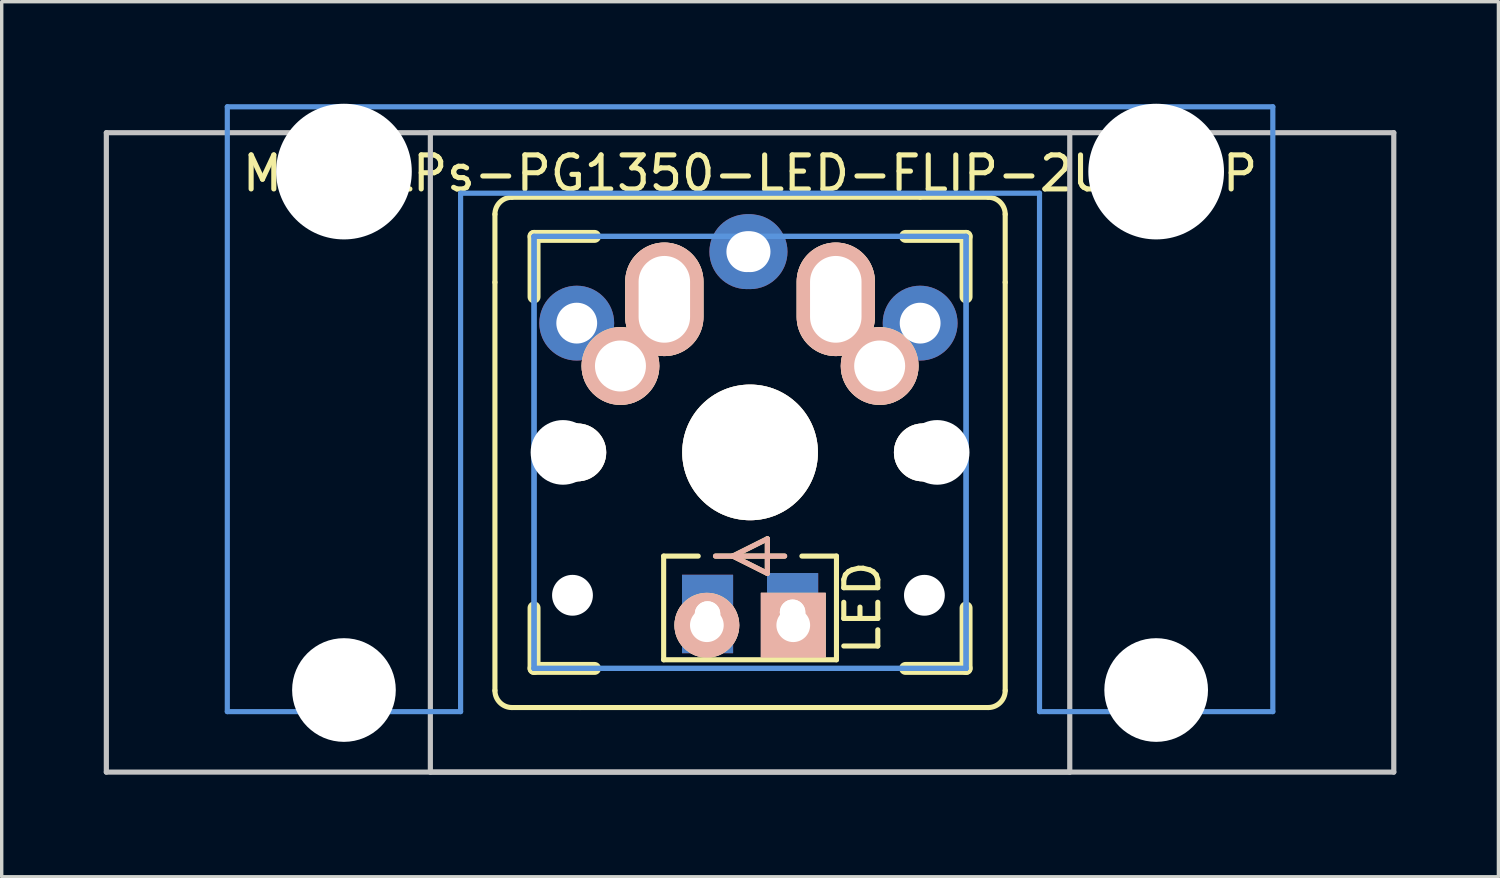
<source format=kicad_pcb>
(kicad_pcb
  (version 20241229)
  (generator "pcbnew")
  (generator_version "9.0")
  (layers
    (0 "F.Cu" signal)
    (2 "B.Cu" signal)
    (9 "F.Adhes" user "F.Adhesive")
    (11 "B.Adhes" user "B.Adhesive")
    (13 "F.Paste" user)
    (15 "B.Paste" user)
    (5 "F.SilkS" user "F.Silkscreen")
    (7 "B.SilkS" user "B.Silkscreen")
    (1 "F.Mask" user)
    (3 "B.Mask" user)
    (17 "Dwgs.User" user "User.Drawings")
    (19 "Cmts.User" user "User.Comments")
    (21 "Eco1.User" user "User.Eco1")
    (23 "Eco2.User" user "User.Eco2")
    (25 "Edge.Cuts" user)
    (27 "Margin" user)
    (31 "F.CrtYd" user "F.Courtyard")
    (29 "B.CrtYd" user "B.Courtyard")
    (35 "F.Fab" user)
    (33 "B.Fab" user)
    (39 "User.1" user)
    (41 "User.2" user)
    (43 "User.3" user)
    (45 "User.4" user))
  (footprint "MX-ALPs-PG1350-LED-FLIP-2U-FLIP"
    (layer "F.Cu")
    (at 18.999 10.249)
    (property "Reference" "MX-ALPs-PG1350-LED-FLIP-2U-FLIP" (at 0 -8.2 0) (layer "F.SilkS") (effects (font (size 1 1) (thickness 0.15))))
    (attr through_hole)
    (fp_line (start -7.5 -7) (end -7.5 -5) (stroke (width 0.15) (type solid)) (layer "F.SilkS"))
    (fp_line (start -7.5 7) (end -7.5 -5) (stroke (width 0.15) (type solid)) (layer "F.SilkS"))
    (fp_line (start -7 -7.5) (end 5 -7.5) (stroke (width 0.15) (type solid)) (layer "F.SilkS"))
    (fp_line (start -7 7.5) (end -5 7.5) (stroke (width 0.15) (type solid)) (layer "F.SilkS"))
    (fp_line (start -6.35 -6.35) (end -4.572 -6.35) (stroke (width 0.381) (type solid)) (layer "F.SilkS"))
    (fp_line (start -6.35 -4.572) (end -6.35 -6.35) (stroke (width 0.381) (type solid)) (layer "F.SilkS"))
    (fp_line (start -6.35 6.35) (end -6.35 4.572) (stroke (width 0.381) (type solid)) (layer "F.SilkS"))
    (fp_line (start -4.572 6.35) (end -6.35 6.35) (stroke (width 0.381) (type solid)) (layer "F.SilkS"))
    (fp_line (start -2.54 3.048) (end -2.54 6.096) (stroke (width 0.15) (type solid)) (layer "F.SilkS"))
    (fp_line (start -2.54 3.048) (end -1.524 3.048) (stroke (width 0.15) (type solid)) (layer "F.SilkS"))
    (fp_line (start -2.54 6.096) (end 2.54 6.096) (stroke (width 0.15) (type solid)) (layer "F.SilkS"))
    (fp_line (start -1.016 3.048) (end 1.016 3.048) (stroke (width 0.15) (type solid)) (layer "F.SilkS"))
    (fp_line (start -0.508 3.048) (end 0.508 2.54) (stroke (width 0.15) (type solid)) (layer "F.SilkS"))
    (fp_line (start 0.508 2.54) (end 0.508 3.556) (stroke (width 0.15) (type solid)) (layer "F.SilkS"))
    (fp_line (start 0.508 3.556) (end -0.508 3.048) (stroke (width 0.15) (type solid)) (layer "F.SilkS"))
    (fp_line (start 1.524 3.048) (end 2.54 3.048) (stroke (width 0.15) (type solid)) (layer "F.SilkS"))
    (fp_line (start 2.54 3.048) (end 2.54 6.096) (stroke (width 0.15) (type solid)) (layer "F.SilkS"))
    (fp_line (start 4.572 -6.35) (end 6.35 -6.35) (stroke (width 0.381) (type solid)) (layer "F.SilkS"))
    (fp_line (start 6.35 -6.35) (end 6.35 -4.572) (stroke (width 0.381) (type solid)) (layer "F.SilkS"))
    (fp_line (start 6.35 4.572) (end 6.35 6.35) (stroke (width 0.381) (type solid)) (layer "F.SilkS"))
    (fp_line (start 6.35 6.35) (end 4.572 6.35) (stroke (width 0.381) (type solid)) (layer "F.SilkS"))
    (fp_line (start 7 -7.5) (end 5 -7.5) (stroke (width 0.15) (type solid)) (layer "F.SilkS"))
    (fp_line (start 7 7.5) (end -5 7.5) (stroke (width 0.15) (type solid)) (layer "F.SilkS"))
    (fp_line (start 7.5 -7) (end 7.5 -5) (stroke (width 0.15) (type solid)) (layer "F.SilkS"))
    (fp_line (start 7.5 7) (end 7.5 -5) (stroke (width 0.15) (type solid)) (layer "F.SilkS"))
    (fp_arc (start -7.5 -7) (mid -7.353553 -7.353553) (end -7 -7.5) (stroke (width 0.15) (type solid)) (layer "F.SilkS"))
    (fp_arc (start -7 7.5) (mid -7.353553 7.353553) (end -7.5 7) (stroke (width 0.15) (type solid)) (layer "F.SilkS"))
    (fp_arc (start 7 -7.5) (mid 7.353553 -7.353553) (end 7.5 -7) (stroke (width 0.15) (type solid)) (layer "F.SilkS"))
    (fp_arc (start 7.5 7) (mid 7.353553 7.353553) (end 7 7.5) (stroke (width 0.15) (type solid)) (layer "F.SilkS"))
    (fp_line (start -1.016 3.048) (end 1.016 3.048) (stroke (width 0.15) (type solid)) (layer "B.SilkS"))
    (fp_line (start -0.508 3.048) (end 0.508 2.54) (stroke (width 0.15) (type solid)) (layer "B.SilkS"))
    (fp_line (start 0.508 2.54) (end 0.508 3.556) (stroke (width 0.15) (type solid)) (layer "B.SilkS"))
    (fp_line (start 0.508 3.556) (end -0.508 3.048) (stroke (width 0.15) (type solid)) (layer "B.SilkS"))
    (fp_line (start -18.923 -9.398) (end 18.923 -9.398) (stroke (width 0.152) (type solid)) (layer "Dwgs.User"))
    (fp_line (start -18.923 9.398) (end -18.923 -9.398) (stroke (width 0.152) (type solid)) (layer "Dwgs.User"))
    (fp_line (start -9.398 -9.398) (end 9.398 -9.398) (stroke (width 0.152) (type solid)) (layer "Dwgs.User"))
    (fp_line (start -9.398 9.398) (end -9.398 -9.398) (stroke (width 0.152) (type solid)) (layer "Dwgs.User"))
    (fp_line (start 9.398 -9.398) (end 9.398 9.398) (stroke (width 0.152) (type solid)) (layer "Dwgs.User"))
    (fp_line (start 9.398 9.398) (end -9.398 9.398) (stroke (width 0.152) (type solid)) (layer "Dwgs.User"))
    (fp_line (start 18.923 -9.398) (end 18.923 9.398) (stroke (width 0.152) (type solid)) (layer "Dwgs.User"))
    (fp_line (start 18.923 9.398) (end -18.923 9.398) (stroke (width 0.152) (type solid)) (layer "Dwgs.User"))
    (fp_line (start -15.367 -10.16) (end -15.367 7.62) (stroke (width 0.152) (type solid)) (layer "Cmts.User"))
    (fp_line (start -15.367 7.62) (end -8.509 7.62) (stroke (width 0.152) (type solid)) (layer "Cmts.User"))
    (fp_line (start -8.509 -7.62) (end 8.509 -7.62) (stroke (width 0.152) (type solid)) (layer "Cmts.User"))
    (fp_line (start -8.509 7.62) (end -8.509 -7.62) (stroke (width 0.152) (type solid)) (layer "Cmts.User"))
    (fp_line (start -6.35 -6.35) (end 6.35 -6.35) (stroke (width 0.152) (type solid)) (layer "Cmts.User"))
    (fp_line (start -6.35 -6.35) (end 6.35 -6.35) (stroke (width 0.152) (type solid)) (layer "Cmts.User"))
    (fp_line (start -6.35 6.35) (end -6.35 -6.35) (stroke (width 0.152) (type solid)) (layer "Cmts.User"))
    (fp_line (start -6.35 6.35) (end -6.35 -6.35) (stroke (width 0.152) (type solid)) (layer "Cmts.User"))
    (fp_line (start 6.35 -6.35) (end 6.35 6.35) (stroke (width 0.152) (type solid)) (layer "Cmts.User"))
    (fp_line (start 6.35 -6.35) (end 6.35 6.35) (stroke (width 0.152) (type solid)) (layer "Cmts.User"))
    (fp_line (start 6.35 6.35) (end -6.35 6.35) (stroke (width 0.152) (type solid)) (layer "Cmts.User"))
    (fp_line (start 6.35 6.35) (end -6.35 6.35) (stroke (width 0.152) (type solid)) (layer "Cmts.User"))
    (fp_line (start 8.509 -7.62) (end 8.509 7.62) (stroke (width 0.152) (type solid)) (layer "Cmts.User"))
    (fp_line (start 8.509 7.62) (end 15.367 7.62) (stroke (width 0.152) (type solid)) (layer "Cmts.User"))
    (fp_line (start 15.367 -10.16) (end -15.367 -10.16) (stroke (width 0.152) (type solid)) (layer "Cmts.User"))
    (fp_line (start 15.367 7.62) (end 15.367 -10.16) (stroke (width 0.152) (type solid)) (layer "Cmts.User"))
    (fp_line (start -16.129 -0.508) (end -15.265 -0.508) (stroke (width 0.152) (type solid)) (layer "Eco2.User"))
    (fp_line (start -16.129 2.286) (end -16.129 -0.508) (stroke (width 0.152) (type solid)) (layer "Eco2.User"))
    (fp_line (start -15.265 -6.604) (end -14.224 -6.604) (stroke (width 0.152) (type solid)) (layer "Eco2.User"))
    (fp_line (start -15.265 -0.508) (end -15.265 -6.604) (stroke (width 0.152) (type solid)) (layer "Eco2.User"))
    (fp_line (start -15.265 2.286) (end -16.129 2.286) (stroke (width 0.152) (type solid)) (layer "Eco2.User"))
    (fp_line (start -15.265 5.69) (end -15.265 2.286) (stroke (width 0.152) (type solid)) (layer "Eco2.User"))
    (fp_line (start -14.224 -7.772) (end -9.652 -7.772) (stroke (width 0.152) (type solid)) (layer "Eco2.User"))
    (fp_line (start -14.224 -6.604) (end -14.224 -7.772) (stroke (width 0.152) (type solid)) (layer "Eco2.User"))
    (fp_line (start -9.652 -7.772) (end -9.652 -6.604) (stroke (width 0.152) (type solid)) (layer "Eco2.User"))
    (fp_line (start -9.652 -6.604) (end -8.611 -6.604) (stroke (width 0.152) (type solid)) (layer "Eco2.User"))
    (fp_line (start -8.611 -6.604) (end -8.611 -5.817) (stroke (width 0.152) (type solid)) (layer "Eco2.User"))
    (fp_line (start -8.611 -5.817) (end -6.985 -5.817) (stroke (width 0.152) (type solid)) (layer "Eco2.User"))
    (fp_line (start -8.611 4.877) (end -8.611 5.69) (stroke (width 0.152) (type solid)) (layer "Eco2.User"))
    (fp_line (start -8.611 5.69) (end -15.265 5.69) (stroke (width 0.152) (type solid)) (layer "Eco2.User"))
    (fp_line (start -7.798 -6.005) (end -6.985 -6.005) (stroke (width 0.152) (type solid)) (layer "Eco2.User"))
    (fp_line (start -7.798 -2.504) (end -7.798 -6.005) (stroke (width 0.152) (type solid)) (layer "Eco2.User"))
    (fp_line (start -7.798 2.504) (end -6.985 2.504) (stroke (width 0.152) (type solid)) (layer "Eco2.User"))
    (fp_line (start -7.798 6.005) (end -7.798 2.504) (stroke (width 0.152) (type solid)) (layer "Eco2.User"))
    (fp_line (start -6.985 -6.985) (end 6.985 -6.985) (stroke (width 0.152) (type solid)) (layer "Eco2.User"))
    (fp_line (start -6.985 -6.985) (end 6.985 -6.985) (stroke (width 0.152) (type solid)) (layer "Eco2.User"))
    (fp_line (start -6.985 -6.005) (end -6.985 -6.985) (stroke (width 0.152) (type solid)) (layer "Eco2.User"))
    (fp_line (start -6.985 -5.817) (end -6.985 -6.985) (stroke (width 0.152) (type solid)) (layer "Eco2.User"))
    (fp_line (start -6.985 -2.504) (end -7.798 -2.504) (stroke (width 0.152) (type solid)) (layer "Eco2.User"))
    (fp_line (start -6.985 2.504) (end -6.985 -2.504) (stroke (width 0.152) (type solid)) (layer "Eco2.User"))
    (fp_line (start -6.985 4.877) (end -8.611 4.877) (stroke (width 0.152) (type solid)) (layer "Eco2.User"))
    (fp_line (start -6.985 6.005) (end -7.798 6.005) (stroke (width 0.152) (type solid)) (layer "Eco2.User"))
    (fp_line (start -6.985 6.985) (end -6.985 4.877) (stroke (width 0.152) (type solid)) (layer "Eco2.User"))
    (fp_line (start -6.985 6.985) (end -6.985 6.005) (stroke (width 0.152) (type solid)) (layer "Eco2.User"))
    (fp_line (start 6.985 -6.985) (end 6.985 -6.005) (stroke (width 0.152) (type solid)) (layer "Eco2.User"))
    (fp_line (start 6.985 -6.985) (end 6.985 -5.817) (stroke (width 0.152) (type solid)) (layer "Eco2.User"))
    (fp_line (start 6.985 -6.005) (end 7.798 -6.005) (stroke (width 0.152) (type solid)) (layer "Eco2.User"))
    (fp_line (start 6.985 -5.817) (end 8.611 -5.817) (stroke (width 0.152) (type solid)) (layer "Eco2.User"))
    (fp_line (start 6.985 -2.504) (end 6.985 2.504) (stroke (width 0.152) (type solid)) (layer "Eco2.User"))
    (fp_line (start 6.985 2.504) (end 7.798 2.504) (stroke (width 0.152) (type solid)) (layer "Eco2.User"))
    (fp_line (start 6.985 4.877) (end 6.985 6.985) (stroke (width 0.152) (type solid)) (layer "Eco2.User"))
    (fp_line (start 6.985 6.005) (end 6.985 6.985) (stroke (width 0.152) (type solid)) (layer "Eco2.User"))
    (fp_line (start 6.985 6.985) (end -6.985 6.985) (stroke (width 0.152) (type solid)) (layer "Eco2.User"))
    (fp_line (start 6.985 6.985) (end -6.985 6.985) (stroke (width 0.152) (type solid)) (layer "Eco2.User"))
    (fp_line (start 7.798 -6.005) (end 7.798 -2.504) (stroke (width 0.152) (type solid)) (layer "Eco2.User"))
    (fp_line (start 7.798 -2.504) (end 6.985 -2.504) (stroke (width 0.152) (type solid)) (layer "Eco2.User"))
    (fp_line (start 7.798 2.504) (end 7.798 6.005) (stroke (width 0.152) (type solid)) (layer "Eco2.User"))
    (fp_line (start 7.798 6.005) (end 6.985 6.005) (stroke (width 0.152) (type solid)) (layer "Eco2.User"))
    (fp_line (start 8.611 -6.604) (end 9.652 -6.604) (stroke (width 0.152) (type solid)) (layer "Eco2.User"))
    (fp_line (start 8.611 -5.817) (end 8.611 -6.604) (stroke (width 0.152) (type solid)) (layer "Eco2.User"))
    (fp_line (start 8.611 4.877) (end 6.985 4.877) (stroke (width 0.152) (type solid)) (layer "Eco2.User"))
    (fp_line (start 8.611 5.69) (end 8.611 4.877) (stroke (width 0.152) (type solid)) (layer "Eco2.User"))
    (fp_line (start 9.652 -7.772) (end 14.224 -7.772) (stroke (width 0.152) (type solid)) (layer "Eco2.User"))
    (fp_line (start 9.652 -6.604) (end 9.652 -7.772) (stroke (width 0.152) (type solid)) (layer "Eco2.User"))
    (fp_line (start 14.224 -7.772) (end 14.224 -6.604) (stroke (width 0.152) (type solid)) (layer "Eco2.User"))
    (fp_line (start 14.224 -6.604) (end 15.265 -6.604) (stroke (width 0.152) (type solid)) (layer "Eco2.User"))
    (fp_line (start 15.265 -6.604) (end 15.265 -0.508) (stroke (width 0.152) (type solid)) (layer "Eco2.User"))
    (fp_line (start 15.265 -0.508) (end 16.129 -0.508) (stroke (width 0.152) (type solid)) (layer "Eco2.User"))
    (fp_line (start 15.265 2.286) (end 15.265 5.69) (stroke (width 0.152) (type solid)) (layer "Eco2.User"))
    (fp_line (start 15.265 5.69) (end 8.611 5.69) (stroke (width 0.152) (type solid)) (layer "Eco2.User"))
    (fp_line (start 16.129 -0.508) (end 16.129 2.286) (stroke (width 0.152) (type solid)) (layer "Eco2.User"))
    (fp_line (start 16.129 2.286) (end 15.265 2.286) (stroke (width 0.152) (type solid)) (layer "Eco2.User"))
    (fp_text user "LED" (at 3.3 4.572 270) (layer "F.SilkS") (effects (font (size 1 1) (thickness 0.15))))
    (pad "" np_thru_hole circle (at -11.938 -8.255 180) (size 3.988 3.988) (drill 3.988) (layers "*.Cu"))
    (pad "" np_thru_hole circle (at -11.938 6.985 180) (size 3.048 3.048) (drill 3.048) (layers "*.Cu"))
    (pad "" np_thru_hole circle (at -5.5 0 270) (size 1.9 1.9) (drill 1.9) (layers "*.Cu" "*.Mask"))
    (pad "" np_thru_hole circle (at -5.22 4.2 270) (size 1.2 1.2) (drill 1.2) (layers "*.Cu" "*.Mask"))
    (pad "" np_thru_hole circle (at -0.095 0 270) (size 3.4 3.4) (drill 3.4) (layers "*.Cu" "*.Mask"))
    (pad "" np_thru_hole circle (at 0 0 270) (size 3.4 3.4) (drill 3.4) (layers "*.Cu" "*.Mask"))
    (pad "" np_thru_hole circle (at 5.125 4.2 270) (size 1.2 1.2) (drill 1.2) (layers "*.Cu" "*.Mask"))
    (pad "" np_thru_hole circle (at 5.5 0 270) (size 1.9 1.9) (drill 1.9) (layers "*.Cu" "*.Mask"))
    (pad "" np_thru_hole circle (at 11.938 -8.255 180) (size 3.988 3.988) (drill 3.988) (layers "*.Cu"))
    (pad "" np_thru_hole circle (at 11.938 6.985 180) (size 3.048 3.048) (drill 3.048) (layers "*.Cu"))
    (pad "1" thru_hole circle (at -0.095 -5.9 270) (size 2.2 2.2) (drill 1.2) (layers "*.Cu" "*.Mask"))
    (pad "1" thru_hole circle (at 0 -5.9 270) (size 2.2 2.2) (drill 1.2) (layers "*.Cu" "*.Mask"))
    (pad "1" thru_hole oval (at 2.52 -4.5) (size 2.3 3.337) (drill oval 1.513 2.55) (layers "*.Cu" "*.SilkS" "*.Mask"))
    (pad "1" thru_hole circle (at 3.81 -2.54) (size 2.286 2.286) (drill 1.499) (layers "*.Cu" "*.SilkS" "*.Mask"))
    (pad "1" thru_hole circle (at 5 -3.8 270) (size 2.2 2.2) (drill 1.2) (layers "*.Cu" "*.Mask"))
    (pad "2" thru_hole circle (at -5.095 -3.8 270) (size 2.2 2.2) (drill 1.2) (layers "*.Cu" "*.Mask"))
    (pad "2" thru_hole circle (at -3.81 -2.54) (size 2.286 2.286) (drill 1.499) (layers "*.Cu" "*.SilkS" "*.Mask"))
    (pad "2" thru_hole oval (at -2.52 -4.5) (size 2.3 3.337) (drill oval 1.513 2.55) (layers "*.Cu" "*.SilkS" "*.Mask"))
    (pad "3" thru_hole circle (at -1.27 5.08) (size 1.905 1.905) (drill 0.991) (layers "*.Cu" "*.SilkS" "*.Mask"))
    (pad "3" thru_hole rect (at -1.25 4.75 270) (size 2.3 1.5) (drill 0.75) (layers "*.Cu" "*.Mask"))
    (pad "3" thru_hole rect (at -1.25 4.75 270) (size 2.3 1.5) (drill 0.75) (layers "*.Cu" "*.Mask"))
    (pad "4" thru_hole rect (at 1.25 4.7 270) (size 2.3 1.5) (drill 0.75) (layers "*.Cu" "*.Mask"))
    (pad "4" thru_hole rect (at 1.25 4.7 270) (size 2.3 1.5) (drill 0.75) (layers "*.Cu" "*.Mask"))
    (pad "4" thru_hole rect (at 1.27 5.08) (size 1.905 1.905) (drill 0.991) (layers "*.Cu" "*.SilkS" "*.Mask"))
    (pad "HOLE" thru_hole circle (at -5.08 0) (size 1.702 1.702) (drill 1.702) (layers "*.Cu" "*.Mask" "F.SilkS"))
    (pad "HOLE" thru_hole circle (at 0 0) (size 3.988 3.988) (drill 3.988) (layers "*.Cu" "*.Mask" "F.SilkS"))
    (pad "HOLE" thru_hole circle (at 5.08 0) (size 1.702 1.702) (drill 1.702) (layers "*.Cu" "*.Mask" "F.SilkS")))
  (gr_rect
    (start -3 -3)
    (end 40.998 22.723)
    (stroke (width 0.1) (type default))
    (fill no)
    (layer "Edge.Cuts")))
</source>
